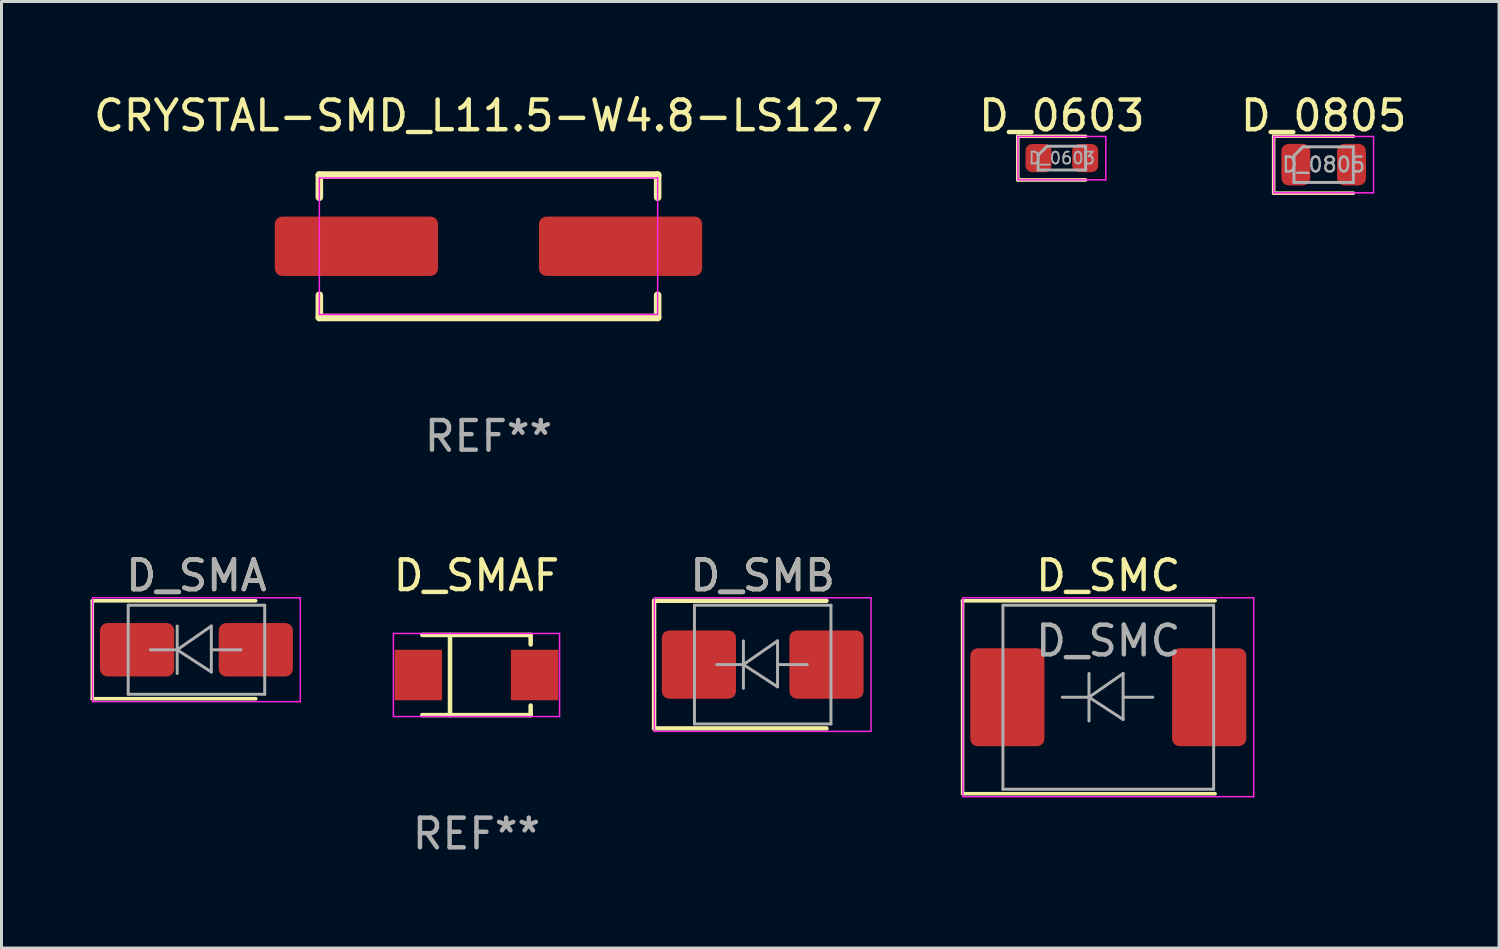
<source format=kicad_pcb>
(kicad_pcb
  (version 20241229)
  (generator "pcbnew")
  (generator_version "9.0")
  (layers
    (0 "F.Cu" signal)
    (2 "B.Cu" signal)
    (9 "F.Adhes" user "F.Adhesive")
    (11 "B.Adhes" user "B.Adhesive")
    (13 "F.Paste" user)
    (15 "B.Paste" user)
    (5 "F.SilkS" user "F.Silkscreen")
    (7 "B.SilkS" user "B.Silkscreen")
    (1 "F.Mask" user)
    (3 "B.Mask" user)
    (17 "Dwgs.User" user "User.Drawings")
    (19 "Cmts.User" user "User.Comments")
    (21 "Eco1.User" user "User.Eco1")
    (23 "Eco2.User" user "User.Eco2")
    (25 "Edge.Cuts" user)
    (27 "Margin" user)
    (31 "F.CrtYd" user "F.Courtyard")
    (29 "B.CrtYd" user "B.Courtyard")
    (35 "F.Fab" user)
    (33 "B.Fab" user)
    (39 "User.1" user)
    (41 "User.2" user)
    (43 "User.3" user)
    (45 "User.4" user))
  (footprint "D_SMC"
    (layer "F.Cu")
    (at 34.296 20.445)
    (property "Reference" "D_SMC" (at 0 -4.1 0) (layer "F.SilkS") (effects (font (size 1 1) (thickness 0.15))))
    (attr smd)
    (fp_line (start -4.91 -3.25) (end 3.6 -3.25) (stroke (width 0.12) (type solid)) (layer "F.SilkS"))
    (fp_line (start -4.91 3.25) (end -4.91 -3.25) (stroke (width 0.12) (type solid)) (layer "F.SilkS"))
    (fp_line (start -4.91 3.25) (end 3.6 3.25) (stroke (width 0.12) (type solid)) (layer "F.SilkS"))
    (fp_line (start -4.9 -3.35) (end 4.9 -3.35) (stroke (width 0.05) (type solid)) (layer "F.CrtYd"))
    (fp_line (start -4.9 3.35) (end -4.9 -3.35) (stroke (width 0.05) (type solid)) (layer "F.CrtYd"))
    (fp_line (start 4.9 -3.35) (end 4.9 3.35) (stroke (width 0.05) (type solid)) (layer "F.CrtYd"))
    (fp_line (start 4.9 3.35) (end -4.9 3.35) (stroke (width 0.05) (type solid)) (layer "F.CrtYd"))
    (fp_line (start -3.55 3.1) (end -3.55 -3.1) (stroke (width 0.1) (type solid)) (layer "F.Fab"))
    (fp_line (start -0.65 -0.8) (end -0.65 0.8) (stroke (width 0.1) (type solid)) (layer "F.Fab"))
    (fp_line (start -0.65 0) (end -1.55 0) (stroke (width 0.1) (type solid)) (layer "F.Fab"))
    (fp_line (start -0.65 0) (end 0.5 -0.8) (stroke (width 0.1) (type solid)) (layer "F.Fab"))
    (fp_line (start -0.65 0) (end 0.5 0.75) (stroke (width 0.1) (type solid)) (layer "F.Fab"))
    (fp_line (start 0.5 0) (end 1.5 0) (stroke (width 0.1) (type solid)) (layer "F.Fab"))
    (fp_line (start 0.5 0.75) (end 0.5 -0.8) (stroke (width 0.1) (type solid)) (layer "F.Fab"))
    (fp_line (start 3.55 -3.1) (end -3.55 -3.1) (stroke (width 0.1) (type solid)) (layer "F.Fab"))
    (fp_line (start 3.55 -3.1) (end 3.55 3.1) (stroke (width 0.1) (type solid)) (layer "F.Fab"))
    (fp_line (start 3.55 3.1) (end -3.55 3.1) (stroke (width 0.1) (type solid)) (layer "F.Fab"))
    (fp_text user "${REFERENCE}" (at 0 -1.9 0) (layer "F.Fab") (effects (font (size 1 1) (thickness 0.15))))
    (pad "1" smd roundrect (at -3.4 0 90) (size 3.3 2.5) (layers "F.Cu" "F.Mask" "F.Paste") (roundrect_rratio 0.1))
    (pad "2" smd roundrect (at 3.4 0 90) (size 3.3 2.5) (layers "F.Cu" "F.Mask" "F.Paste") (roundrect_rratio 0.1)))
  (footprint "CRYSTAL-SMD_L11.5-W4.8-LS12.7"
    (layer "F.Cu")
    (at 13.411 5.248)
    (property "Reference" "CRYSTAL-SMD_L11.5-W4.8-LS12.7" (at 0.000051 -4.4 0) (layer "F.SilkS") (effects (font (size 1 1) (thickness 0.15))))
    (attr smd)
    (fp_line (start -5.7 -2.4) (end -5.7 -1.65) (stroke (width 0.254) (type solid)) (layer "F.SilkS"))
    (fp_line (start -5.7 2.4) (end -5.7 1.65) (stroke (width 0.254) (type solid)) (layer "F.SilkS"))
    (fp_line (start 5.7 -2.4) (end -5.7 -2.4) (stroke (width 0.254) (type solid)) (layer "F.SilkS"))
    (fp_line (start 5.7 -1.65) (end 5.7 -2.4) (stroke (width 0.254) (type solid)) (layer "F.SilkS"))
    (fp_line (start 5.7 1.65) (end 5.7 2.4) (stroke (width 0.254) (type solid)) (layer "F.SilkS"))
    (fp_line (start 5.7 2.4) (end -5.7 2.4) (stroke (width 0.254) (type solid)) (layer "F.SilkS"))
    (fp_line (start -5.7 -2.3) (end 5.7 -2.3) (stroke (width 0.05) (type default)) (layer "F.CrtYd"))
    (fp_line (start -5.7 2.3) (end -5.7 -2.3) (stroke (width 0.05) (type default)) (layer "F.CrtYd"))
    (fp_line (start 5.7 -2.3) (end 5.7 2.3) (stroke (width 0.05) (type default)) (layer "F.CrtYd"))
    (fp_line (start 5.7 2.3) (end -5.7 2.3) (stroke (width 0.05) (type default)) (layer "F.CrtYd"))
    (fp_text user "REF**" (at 0.000051 6.4 0) (layer "F.Fab") (effects (font (size 1 1) (thickness 0.15))))
    (pad "1" smd roundrect (at -4.45 0) (size 5.5 2) (layers "F.Cu" "F.Mask" "F.Paste") (roundrect_rratio 0.125))
    (pad "2" smd roundrect (at 4.45 0) (size 5.5 2) (layers "F.Cu" "F.Mask" "F.Paste") (roundrect_rratio 0.125)))
  (footprint "D_0805"
    (layer "F.Cu")
    (at 41.554 2.498)
    (property "Reference" "D_0805" (at 0 -1.65 0) (layer "F.SilkS") (effects (font (size 1 1) (thickness 0.15))))
    (attr smd)
    (fp_line (start -1.685 -0.96) (end -1.685 0.96) (stroke (width 0.12) (type solid)) (layer "F.SilkS"))
    (fp_line (start -1.685 0.96) (end 1 0.96) (stroke (width 0.12) (type solid)) (layer "F.SilkS"))
    (fp_line (start 1 -0.96) (end -1.685 -0.96) (stroke (width 0.12) (type solid)) (layer "F.SilkS"))
    (fp_line (start -1.68 -0.95) (end 1.68 -0.95) (stroke (width 0.05) (type solid)) (layer "F.CrtYd"))
    (fp_line (start -1.68 0.95) (end -1.68 -0.95) (stroke (width 0.05) (type solid)) (layer "F.CrtYd"))
    (fp_line (start 1.68 -0.95) (end 1.68 0.95) (stroke (width 0.05) (type solid)) (layer "F.CrtYd"))
    (fp_line (start 1.68 0.95) (end -1.68 0.95) (stroke (width 0.05) (type solid)) (layer "F.CrtYd"))
    (fp_line (start -1 -0.3) (end -1 0.6) (stroke (width 0.1) (type solid)) (layer "F.Fab"))
    (fp_line (start -1 0.6) (end 1 0.6) (stroke (width 0.1) (type solid)) (layer "F.Fab"))
    (fp_line (start -0.7 -0.6) (end -1 -0.3) (stroke (width 0.1) (type solid)) (layer "F.Fab"))
    (fp_line (start 1 -0.6) (end -0.7 -0.6) (stroke (width 0.1) (type solid)) (layer "F.Fab"))
    (fp_line (start 1 0.6) (end 1 -0.6) (stroke (width 0.1) (type solid)) (layer "F.Fab"))
    (fp_text user "${REFERENCE}" (at 0 0 0) (layer "F.Fab") (effects (font (size 0.5 0.5) (thickness 0.08))))
    (pad "1" smd roundrect (at -0.938 0) (size 0.975 1.4) (layers "F.Cu" "F.Mask" "F.Paste") (roundrect_rratio 0.25))
    (pad "2" smd roundrect (at 0.938 0) (size 0.975 1.4) (layers "F.Cu" "F.Mask" "F.Paste") (roundrect_rratio 0.25)))
  (footprint "D_SMB"
    (layer "F.Cu")
    (at 22.651 19.345)
    (property "Reference" "D_SMB" (at 0 -3 0) (layer "F.SilkS") (effects (font (size 1 1) (thickness 0.15))))
    (attr smd)
    (fp_line (start -3.66 -2.15) (end -3.66 2.15) (stroke (width 0.15) (type solid)) (layer "F.SilkS"))
    (fp_line (start -3.66 -2.15) (end 2.15 -2.15) (stroke (width 0.15) (type solid)) (layer "F.SilkS"))
    (fp_line (start -3.66 2.15) (end 2.15 2.15) (stroke (width 0.15) (type solid)) (layer "F.SilkS"))
    (fp_line (start -3.65 -2.25) (end 3.65 -2.25) (stroke (width 0.05) (type solid)) (layer "F.CrtYd"))
    (fp_line (start -3.65 2.25) (end -3.65 -2.25) (stroke (width 0.05) (type solid)) (layer "F.CrtYd"))
    (fp_line (start 3.65 -2.25) (end 3.65 2.25) (stroke (width 0.05) (type solid)) (layer "F.CrtYd"))
    (fp_line (start 3.65 2.25) (end -3.65 2.25) (stroke (width 0.05) (type solid)) (layer "F.CrtYd"))
    (fp_line (start -2.3 2) (end -2.3 -2) (stroke (width 0.1) (type solid)) (layer "F.Fab"))
    (fp_line (start -0.65 -0.8) (end -0.65 0.8) (stroke (width 0.1) (type solid)) (layer "F.Fab"))
    (fp_line (start -0.65 0) (end -1.55 0) (stroke (width 0.1) (type solid)) (layer "F.Fab"))
    (fp_line (start -0.65 0) (end 0.5 -0.8) (stroke (width 0.1) (type solid)) (layer "F.Fab"))
    (fp_line (start -0.65 0) (end 0.5 0.75) (stroke (width 0.1) (type solid)) (layer "F.Fab"))
    (fp_line (start 0.5 0) (end 1.5 0) (stroke (width 0.1) (type solid)) (layer "F.Fab"))
    (fp_line (start 0.5 0.75) (end 0.5 -0.8) (stroke (width 0.1) (type solid)) (layer "F.Fab"))
    (fp_line (start 2.3 -2) (end -2.3 -2) (stroke (width 0.1) (type solid)) (layer "F.Fab"))
    (fp_line (start 2.3 -2) (end 2.3 2) (stroke (width 0.1) (type solid)) (layer "F.Fab"))
    (fp_line (start 2.3 2) (end -2.3 2) (stroke (width 0.1) (type solid)) (layer "F.Fab"))
    (fp_text user "${REFERENCE}" (at 0 -3 0) (layer "F.Fab") (effects (font (size 1 1) (thickness 0.15))))
    (pad "1" smd roundrect (at -2.15 0) (size 2.5 2.3) (layers "F.Cu" "F.Mask" "F.Paste") (roundrect_rratio 0.109))
    (pad "2" smd roundrect (at 2.15 0) (size 2.5 2.3) (layers "F.Cu" "F.Mask" "F.Paste") (roundrect_rratio 0.109)))
  (footprint "D_0603"
    (layer "F.Cu")
    (at 32.732 2.278)
    (property "Reference" "D_0603" (at 0 -1.43 0) (layer "F.SilkS") (effects (font (size 1 1) (thickness 0.15))))
    (attr smd)
    (fp_line (start -1.485 -0.735) (end -1.485 0.735) (stroke (width 0.12) (type solid)) (layer "F.SilkS"))
    (fp_line (start -1.485 0.735) (end 0.8 0.735) (stroke (width 0.12) (type solid)) (layer "F.SilkS"))
    (fp_line (start 0.8 -0.735) (end -1.485 -0.735) (stroke (width 0.12) (type solid)) (layer "F.SilkS"))
    (fp_line (start -1.48 -0.73) (end 1.48 -0.73) (stroke (width 0.05) (type solid)) (layer "F.CrtYd"))
    (fp_line (start -1.48 0.73) (end -1.48 -0.73) (stroke (width 0.05) (type solid)) (layer "F.CrtYd"))
    (fp_line (start 1.48 -0.73) (end 1.48 0.73) (stroke (width 0.05) (type solid)) (layer "F.CrtYd"))
    (fp_line (start 1.48 0.73) (end -1.48 0.73) (stroke (width 0.05) (type solid)) (layer "F.CrtYd"))
    (fp_line (start -0.8 -0.1) (end -0.8 0.4) (stroke (width 0.1) (type solid)) (layer "F.Fab"))
    (fp_line (start -0.8 0.4) (end 0.8 0.4) (stroke (width 0.1) (type solid)) (layer "F.Fab"))
    (fp_line (start -0.5 -0.4) (end -0.8 -0.1) (stroke (width 0.1) (type solid)) (layer "F.Fab"))
    (fp_line (start 0.8 -0.4) (end -0.5 -0.4) (stroke (width 0.1) (type solid)) (layer "F.Fab"))
    (fp_line (start 0.8 0.4) (end 0.8 -0.4) (stroke (width 0.1) (type solid)) (layer "F.Fab"))
    (fp_text user "${REFERENCE}" (at 0 0 0) (layer "F.Fab") (effects (font (size 0.4 0.4) (thickness 0.06))))
    (pad "1" smd roundrect (at -0.787 0) (size 0.875 0.95) (layers "F.Cu" "F.Mask" "F.Paste") (roundrect_rratio 0.25))
    (pad "2" smd roundrect (at 0.787 0) (size 0.875 0.95) (layers "F.Cu" "F.Mask" "F.Paste") (roundrect_rratio 0.25)))
  (footprint "D_SMA"
    (layer "F.Cu")
    (at 3.57 18.845)
    (property "Reference" "D_SMA" (at 0 -2.5 0) (layer "F.SilkS") (effects (font (size 1 1) (thickness 0.15))))
    (attr smd)
    (fp_line (start -3.51 -1.65) (end -3.51 1.65) (stroke (width 0.12) (type solid)) (layer "F.SilkS"))
    (fp_line (start -3.51 -1.65) (end 2 -1.65) (stroke (width 0.12) (type solid)) (layer "F.SilkS"))
    (fp_line (start -3.51 1.65) (end 2 1.65) (stroke (width 0.12) (type solid)) (layer "F.SilkS"))
    (fp_line (start -3.5 -1.75) (end 3.5 -1.75) (stroke (width 0.05) (type solid)) (layer "F.CrtYd"))
    (fp_line (start -3.5 1.75) (end -3.5 -1.75) (stroke (width 0.05) (type solid)) (layer "F.CrtYd"))
    (fp_line (start 3.5 -1.75) (end 3.5 1.75) (stroke (width 0.05) (type solid)) (layer "F.CrtYd"))
    (fp_line (start 3.5 1.75) (end -3.5 1.75) (stroke (width 0.05) (type solid)) (layer "F.CrtYd"))
    (fp_line (start -2.3 1.5) (end -2.3 -1.5) (stroke (width 0.1) (type solid)) (layer "F.Fab"))
    (fp_line (start -0.649 -0.799) (end -0.649 0.801) (stroke (width 0.1) (type solid)) (layer "F.Fab"))
    (fp_line (start -0.649 0.001) (end -1.551 0.001) (stroke (width 0.1) (type solid)) (layer "F.Fab"))
    (fp_line (start -0.649 0.001) (end 0.501 -0.799) (stroke (width 0.1) (type solid)) (layer "F.Fab"))
    (fp_line (start -0.649 0.001) (end 0.501 0.75) (stroke (width 0.1) (type solid)) (layer "F.Fab"))
    (fp_line (start 0.501 0.001) (end 1.499 0.001) (stroke (width 0.1) (type solid)) (layer "F.Fab"))
    (fp_line (start 0.501 0.75) (end 0.501 -0.799) (stroke (width 0.1) (type solid)) (layer "F.Fab"))
    (fp_line (start 2.3 -1.5) (end -2.3 -1.5) (stroke (width 0.1) (type solid)) (layer "F.Fab"))
    (fp_line (start 2.3 -1.5) (end 2.3 1.5) (stroke (width 0.1) (type solid)) (layer "F.Fab"))
    (fp_line (start 2.3 1.5) (end -2.3 1.5) (stroke (width 0.1) (type solid)) (layer "F.Fab"))
    (fp_text user "${REFERENCE}" (at 0 -2.5 0) (layer "F.Fab") (effects (font (size 1 1) (thickness 0.15))))
    (pad "1" smd roundrect (at -2 0) (size 2.5 1.8) (layers "F.Cu" "F.Mask" "F.Paste") (roundrect_rratio 0.139))
    (pad "2" smd roundrect (at 2 0) (size 2.5 1.8) (layers "F.Cu" "F.Mask" "F.Paste") (roundrect_rratio 0.139)))
  (footprint "D_SMAF"
    (layer "F.Cu")
    (at 13.006 19.696)
    (property "Reference" "D_SMAF" (at 0 -3.351 0) (layer "F.SilkS") (effects (font (size 1 1) (thickness 0.15))))
    (attr smd)
    (fp_line (start -1.826 -1.351) (end 1.826 -1.351) (stroke (width 0.152) (type solid)) (layer "F.SilkS"))
    (fp_line (start -1.826 1.351) (end 1.826 1.351) (stroke (width 0.152) (type solid)) (layer "F.SilkS"))
    (fp_line (start -0.892 -1.351) (end -0.892 1.351) (stroke (width 0.152) (type solid)) (layer "F.SilkS"))
    (fp_line (start 1.826 -1.351) (end 1.826 -1.03) (stroke (width 0.152) (type solid)) (layer "F.SilkS"))
    (fp_line (start 1.826 1.03) (end 1.826 1.351) (stroke (width 0.152) (type solid)) (layer "F.SilkS"))
    (fp_line (start -2.8 -1.4) (end -2.8 1.4) (stroke (width 0.05) (type default)) (layer "F.CrtYd"))
    (fp_line (start -2.8 1.4) (end 2.8 1.4) (stroke (width 0.05) (type default)) (layer "F.CrtYd"))
    (fp_line (start 2.8 -1.4) (end -2.8 -1.4) (stroke (width 0.05) (type default)) (layer "F.CrtYd"))
    (fp_line (start 2.8 1.4) (end 2.8 -1.4) (stroke (width 0.05) (type default)) (layer "F.CrtYd"))
    (fp_text user "REF**" (at 0 5.351 0) (layer "F.Fab") (effects (font (size 1 1) (thickness 0.15))))
    (pad "1" smd rect (at -1.96 0 180) (size 1.6 1.7) (layers "F.Cu" "F.Mask" "F.Paste"))
    (pad "2" smd rect (at 1.96 0 180) (size 1.6 1.7) (layers "F.Cu" "F.Mask" "F.Paste")))
  (gr_rect
    (start -3 -3)
    (end 47.464 28.895)
    (stroke (width 0.1) (type default))
    (fill no)
    (layer "Edge.Cuts")))
</source>
